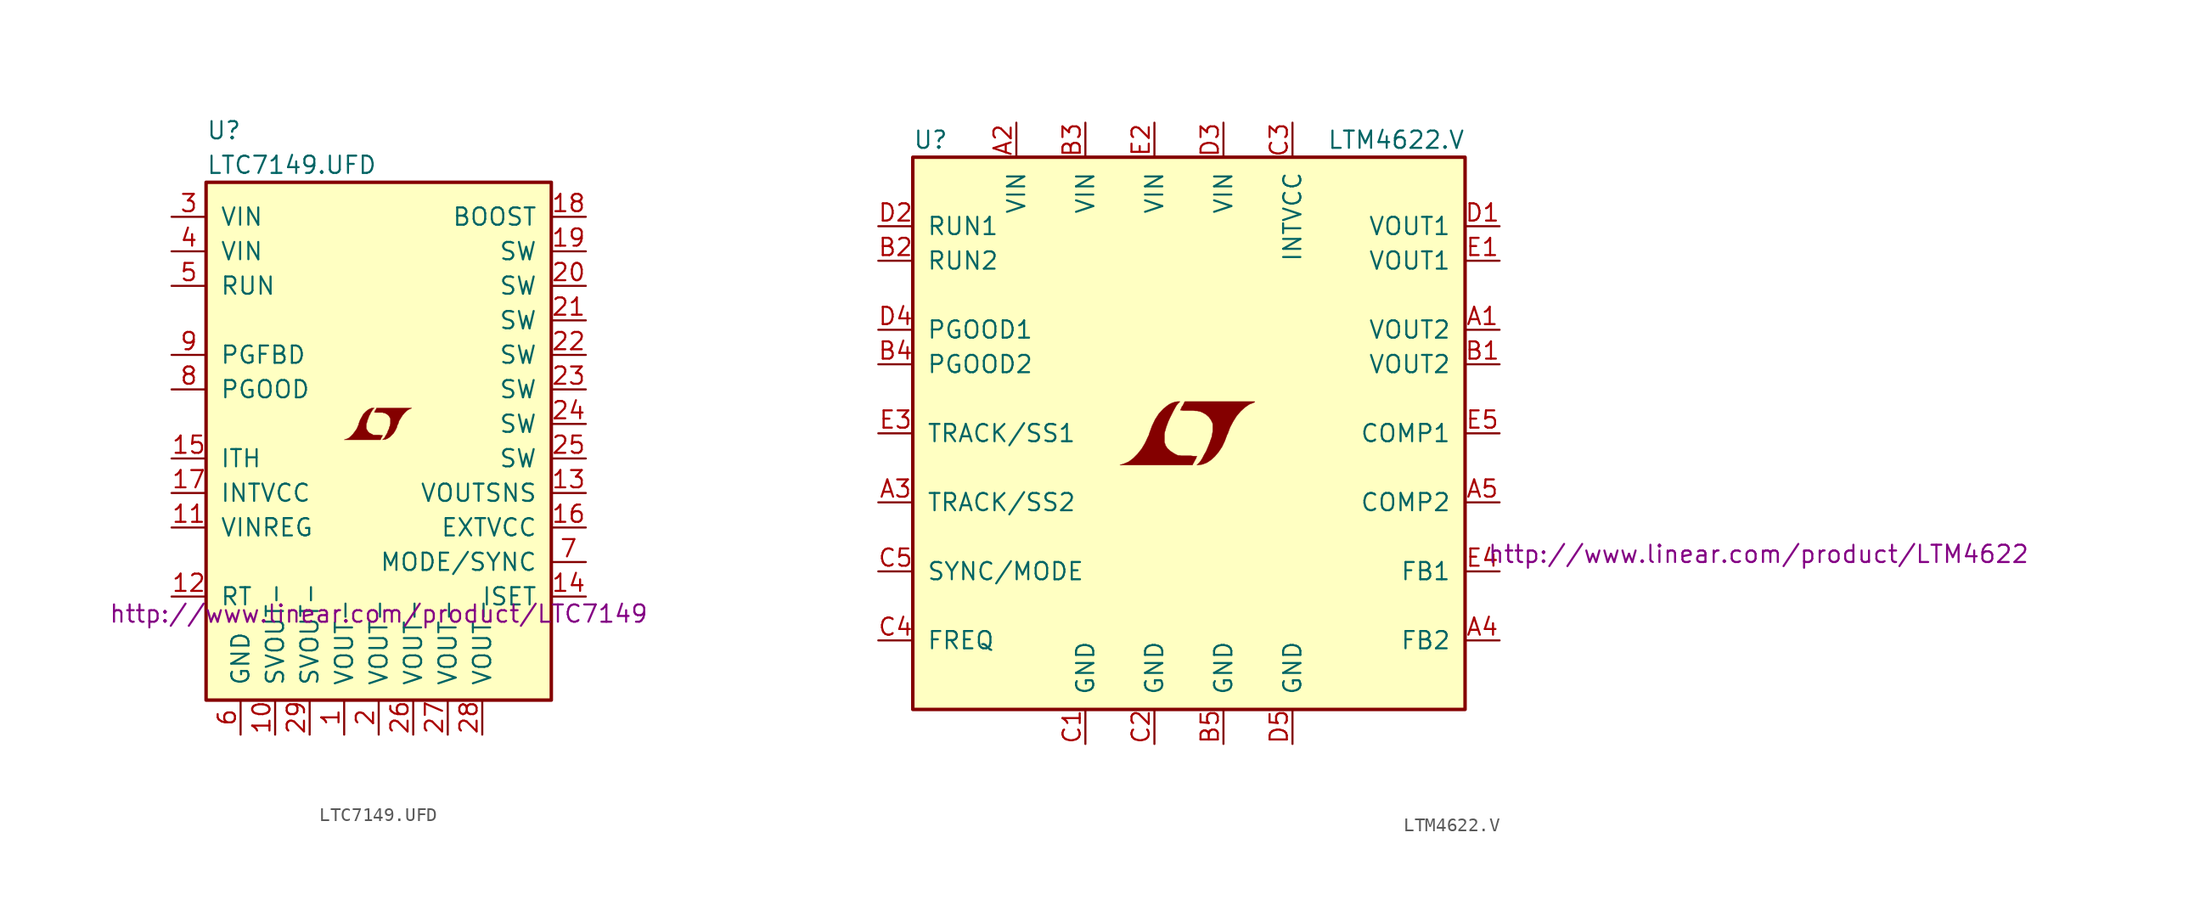
<source format=kicad_sym>
(kicad_symbol_lib
  (version 20201005)
  (generator kicad_symbol_editor)
  (symbol "LTC7149.UFD"
    (pin_names
      (offset 1.016))
    (property "Reference" "U"
      (at -12.7 21.59 0)
      (effects (font (size 1.27 1.27)) (justify left)))
    (property "Value" "LTC7149.UFD"
      (at -12.7 19.05 0)
      (effects (font (size 1.27 1.27)) (justify left)))
    (property "Datasheet" "http://www.linear.com/product/LTC7149"
      (at 0 -13.97 0)
      (effects (font (size 1.27 1.27))))
    (symbol "LTC7149.UFD_0_0"
      (polyline (pts (xy 0.203 -0.991) (xy 0.229 -0.965) (xy 0.279 -0.864) (xy 0.279 -0.838) (xy 0.152 -0.838) (xy 0.051 -0.813) (xy -0.406 -0.813) (xy -0.432 -0.787) (xy -0.686 -0.66) (xy -0.787 -0.559) (xy -0.864 -0.432) (xy -0.914 -0.33) (xy -0.914 -0.025) (xy -0.864 0.127) (xy -0.838 0.229) (xy -0.813 0.305) (xy -0.762 0.432) (xy -0.711 0.584) (xy -0.635 0.711) (xy -0.584 0.838) (xy -0.508 0.94) (xy -0.457 1.041) (xy -0.33 1.168) (xy -0.508 1.168) (xy -0.635 1.118) (xy -0.737 1.067) (xy -0.813 1.016) (xy -0.94 0.914) (xy -1.118 0.737) (xy -1.372 0.279) (xy -1.473 0) (xy -1.473 -0.051) (xy -1.524 -0.152) (xy -1.575 -0.279) (xy -1.626 -0.381) (xy -1.753 -0.559) (xy -1.905 -0.762) (xy -2.057 -0.914) (xy -2.21 -1.041) (xy -2.388 -1.118) (xy -2.54 -1.168) (xy 0.127 -1.168) (xy 0.203 -0.991)) (stroke (width 0.025)) (fill (type outline)))
      (polyline (pts (xy 0.406 -1.143) (xy 0.483 -1.143) (xy 0.66 -1.067) (xy 0.813 -0.965) (xy 1.092 -0.686) (xy 1.219 -0.483) (xy 1.321 -0.279) (xy 1.397 -0.025) (xy 1.422 -0.025) (xy 1.499 0.229) (xy 1.753 0.635) (xy 1.905 0.813) (xy 2.057 0.965) (xy 2.21 1.067) (xy 2.388 1.143) (xy 2.413 1.143) (xy 2.413 1.168) (xy -0.152 1.168) (xy -0.229 1.016) (xy -0.254 0.991) (xy -0.305 0.889) (xy -0.33 0.864) (xy -0.279 0.864) (xy -0.229 0.838) (xy 0.305 0.838) (xy 0.356 0.813) (xy 0.406 0.813) (xy 0.483 0.787) (xy 0.61 0.711) (xy 0.737 0.61) (xy 0.813 0.483) (xy 0.838 0.432) (xy 0.864 0.406) (xy 0.864 0) (xy 0.838 -0.051) (xy 0.838 -0.127) (xy 0.787 -0.229) (xy 0.762 -0.356) (xy 0.686 -0.508) (xy 0.635 -0.66) (xy 0.483 -0.914) (xy 0.432 -1.016) (xy 0.279 -1.168) (xy 0.406 -1.143)) (stroke (width 0.025)) (fill (type outline))))
    (symbol "LTC7149.UFD_0_1"
      (rectangle (start -12.7 17.78) (end 12.7 -20.32) (stroke (width 0.254)) (fill (type background))))
    (symbol "LTC7149.UFD_1_1"
      (pin power_in line (at -2.54 -22.86 90) (length 2.54) (name "VOUT-" (effects (font (size 1.27 1.27)))) (number "1" (effects (font (size 1.27 1.27)))))
      (pin power_in line (at -7.62 -22.86 90) (length 2.54) (name "SVOUT-" (effects (font (size 1.27 1.27)))) (number "10" (effects (font (size 1.27 1.27)))))
      (pin input line (at -15.24 -7.62 0) (length 2.54) (name "VINREG" (effects (font (size 1.27 1.27)))) (number "11" (effects (font (size 1.27 1.27)))))
      (pin passive line (at -15.24 -12.7 0) (length 2.54) (name "RT" (effects (font (size 1.27 1.27)))) (number "12" (effects (font (size 1.27 1.27)))))
      (pin input line (at 15.24 -5.08 180) (length 2.54) (name "VOUTSNS" (effects (font (size 1.27 1.27)))) (number "13" (effects (font (size 1.27 1.27)))))
      (pin passive line (at 15.24 -12.7 180) (length 2.54) (name "ISET" (effects (font (size 1.27 1.27)))) (number "14" (effects (font (size 1.27 1.27)))))
      (pin passive line (at -15.24 -2.54 0) (length 2.54) (name "ITH" (effects (font (size 1.27 1.27)))) (number "15" (effects (font (size 1.27 1.27)))))
      (pin power_in line (at 15.24 -7.62 180) (length 2.54) (name "EXTVCC" (effects (font (size 1.27 1.27)))) (number "16" (effects (font (size 1.27 1.27)))))
      (pin passive line (at -15.24 -5.08 0) (length 2.54) (name "INTVCC" (effects (font (size 1.27 1.27)))) (number "17" (effects (font (size 1.27 1.27)))))
      (pin passive line (at 15.24 15.24 180) (length 2.54) (name "BOOST" (effects (font (size 1.27 1.27)))) (number "18" (effects (font (size 1.27 1.27)))))
      (pin passive line (at 15.24 12.7 180) (length 2.54) (name "SW" (effects (font (size 1.27 1.27)))) (number "19" (effects (font (size 1.27 1.27)))))
      (pin power_in line (at 0 -22.86 90) (length 2.54) (name "VOUT-" (effects (font (size 1.27 1.27)))) (number "2" (effects (font (size 1.27 1.27)))))
      (pin passive line (at 15.24 10.16 180) (length 2.54) (name "SW" (effects (font (size 1.27 1.27)))) (number "20" (effects (font (size 1.27 1.27)))))
      (pin passive line (at 15.24 7.62 180) (length 2.54) (name "SW" (effects (font (size 1.27 1.27)))) (number "21" (effects (font (size 1.27 1.27)))))
      (pin passive line (at 15.24 5.08 180) (length 2.54) (name "SW" (effects (font (size 1.27 1.27)))) (number "22" (effects (font (size 1.27 1.27)))))
      (pin passive line (at 15.24 2.54 180) (length 2.54) (name "SW" (effects (font (size 1.27 1.27)))) (number "23" (effects (font (size 1.27 1.27)))))
      (pin passive line (at 15.24 0 180) (length 2.54) (name "SW" (effects (font (size 1.27 1.27)))) (number "24" (effects (font (size 1.27 1.27)))))
      (pin passive line (at 15.24 -2.54 180) (length 2.54) (name "SW" (effects (font (size 1.27 1.27)))) (number "25" (effects (font (size 1.27 1.27)))))
      (pin power_in line (at 2.54 -22.86 90) (length 2.54) (name "VOUT-" (effects (font (size 1.27 1.27)))) (number "26" (effects (font (size 1.27 1.27)))))
      (pin power_in line (at 5.08 -22.86 90) (length 2.54) (name "VOUT-" (effects (font (size 1.27 1.27)))) (number "27" (effects (font (size 1.27 1.27)))))
      (pin power_in line (at 7.62 -22.86 90) (length 2.54) (name "VOUT-" (effects (font (size 1.27 1.27)))) (number "28" (effects (font (size 1.27 1.27)))))
      (pin power_in line (at -5.08 -22.86 90) (length 2.54) (name "SVOUT-" (effects (font (size 1.27 1.27)))) (number "29" (effects (font (size 1.27 1.27)))))
      (pin power_in line (at -15.24 15.24 0) (length 2.54) (name "VIN" (effects (font (size 1.27 1.27)))) (number "3" (effects (font (size 1.27 1.27)))))
      (pin power_in line (at -15.24 12.7 0) (length 2.54) (name "VIN" (effects (font (size 1.27 1.27)))) (number "4" (effects (font (size 1.27 1.27)))))
      (pin input line (at -15.24 10.16 0) (length 2.54) (name "RUN" (effects (font (size 1.27 1.27)))) (number "5" (effects (font (size 1.27 1.27)))))
      (pin power_in line (at -10.16 -22.86 90) (length 2.54) (name "GND" (effects (font (size 1.27 1.27)))) (number "6" (effects (font (size 1.27 1.27)))))
      (pin input line (at 15.24 -10.16 180) (length 2.54) (name "MODE/SYNC" (effects (font (size 1.27 1.27)))) (number "7" (effects (font (size 1.27 1.27)))))
      (pin open_collector line (at -15.24 2.54 0) (length 2.54) (name "PGOOD" (effects (font (size 1.27 1.27)))) (number "8" (effects (font (size 1.27 1.27)))))
      (pin input line (at -15.24 5.08 0) (length 2.54) (name "PGFBD" (effects (font (size 1.27 1.27)))) (number "9" (effects (font (size 1.27 1.27)))))))
  (symbol "LTM4622.V"
    (pin_names
      (offset 1.016))
    (property "Reference" "U"
      (at -20.32 21.59 0)
      (effects (font (size 1.27 1.27)) (justify left)))
    (property "Value" "LTM4622.V"
      (at 10.16 21.59 0)
      (effects (font (size 1.27 1.27)) (justify left)))
    (property "Datasheet" "http://www.linear.com/product/LTM4622"
      (at 41.91 -8.89 0)
      (effects (font (size 1.27 1.27))))
    (symbol "LTM4622.V_0_0"
      (polyline (pts (xy 0.432 -2.007) (xy 0.457 -1.956) (xy 0.533 -1.829) (xy 0.559 -1.727) (xy 0.584 -1.676) (xy 0.305 -1.676) (xy 0.127 -1.651) (xy -0.559 -1.651) (xy -0.686 -1.626) (xy -0.787 -1.626) (xy -0.864 -1.6) (xy -1.067 -1.499) (xy -1.346 -1.321) (xy -1.575 -1.118) (xy -1.727 -0.889) (xy -1.753 -0.787) (xy -1.803 -0.66) (xy -1.803 -0.051) (xy -1.778 0.102) (xy -1.727 0.254) (xy -1.676 0.457) (xy -1.626 0.584) (xy -1.524 0.864) (xy -1.397 1.143) (xy -1.143 1.651) (xy -1.016 1.88) (xy -0.914 2.057) (xy -0.813 2.184) (xy -0.66 2.337) (xy -0.838 2.337) (xy -1.016 2.311) (xy -1.245 2.235) (xy -1.448 2.134) (xy -1.626 2.007) (xy -1.88 1.803) (xy -2.21 1.448) (xy -2.489 1.016) (xy -2.718 0.533) (xy -2.921 -0.025) (xy -2.946 -0.127) (xy -3.048 -0.33) (xy -3.15 -0.559) (xy -3.251 -0.762) (xy -3.48 -1.143) (xy -3.785 -1.524) (xy -4.089 -1.829) (xy -4.42 -2.083) (xy -4.775 -2.235) (xy -5.08 -2.337) (xy 0.254 -2.337) (xy 0.432 -2.007)) (stroke (width 0.025)) (fill (type outline)))
      (polyline (pts (xy 0.813 -2.311) (xy 0.991 -2.286) (xy 1.321 -2.159) (xy 1.626 -1.956) (xy 1.905 -1.702) (xy 2.184 -1.372) (xy 2.438 -0.991) (xy 2.642 -0.559) (xy 2.819 -0.076) (xy 2.845 -0.051) (xy 3.023 0.432) (xy 3.251 0.864) (xy 3.505 1.27) (xy 3.81 1.626) (xy 4.115 1.905) (xy 4.445 2.134) (xy 4.775 2.261) (xy 4.775 2.286) (xy 4.826 2.286) (xy 4.851 2.311) (xy 4.826 2.337) (xy -0.305 2.337) (xy -0.457 2.032) (xy -0.508 1.981) (xy -0.559 1.854) (xy -0.635 1.702) (xy -0.559 1.702) (xy -0.432 1.676) (xy 0.305 1.676) (xy 0.483 1.651) (xy 0.61 1.651) (xy 0.711 1.626) (xy 0.838 1.6) (xy 0.965 1.549) (xy 1.245 1.397) (xy 1.473 1.194) (xy 1.651 0.94) (xy 1.676 0.864) (xy 1.727 0.787) (xy 1.753 0.66) (xy 1.753 0.152) (xy 1.727 0) (xy 1.702 -0.127) (xy 1.676 -0.279) (xy 1.6 -0.483) (xy 1.524 -0.711) (xy 1.27 -1.321) (xy 1.118 -1.575) (xy 0.991 -1.829) (xy 0.864 -2.032) (xy 0.762 -2.159) (xy 0.584 -2.337) (xy 0.813 -2.311)) (stroke (width 0.025)) (fill (type outline))))
    (symbol "LTM4622.V_0_1"
      (rectangle (start -20.32 20.32) (end 20.32 -20.32) (stroke (width 0.254)) (fill (type background))))
    (symbol "LTM4622.V_1_1"
      (pin power_out line (at 22.86 7.62 180) (length 2.54) (name "VOUT2" (effects (font (size 1.27 1.27)))) (number "A1" (effects (font (size 1.27 1.27)))))
      (pin power_in line (at -12.7 22.86 270) (length 2.54) (name "VIN" (effects (font (size 1.27 1.27)))) (number "A2" (effects (font (size 1.27 1.27)))))
      (pin passive line (at -22.86 -5.08 0) (length 2.54) (name "TRACK/SS2" (effects (font (size 1.27 1.27)))) (number "A3" (effects (font (size 1.27 1.27)))))
      (pin passive line (at 22.86 -15.24 180) (length 2.54) (name "FB2" (effects (font (size 1.27 1.27)))) (number "A4" (effects (font (size 1.27 1.27)))))
      (pin passive line (at 22.86 -5.08 180) (length 2.54) (name "COMP2" (effects (font (size 1.27 1.27)))) (number "A5" (effects (font (size 1.27 1.27)))))
      (pin power_out line (at 22.86 5.08 180) (length 2.54) (name "VOUT2" (effects (font (size 1.27 1.27)))) (number "B1" (effects (font (size 1.27 1.27)))))
      (pin input line (at -22.86 12.7 0) (length 2.54) (name "RUN2" (effects (font (size 1.27 1.27)))) (number "B2" (effects (font (size 1.27 1.27)))))
      (pin power_in line (at -7.62 22.86 270) (length 2.54) (name "VIN" (effects (font (size 1.27 1.27)))) (number "B3" (effects (font (size 1.27 1.27)))))
      (pin open_collector line (at -22.86 5.08 0) (length 2.54) (name "PGOOD2" (effects (font (size 1.27 1.27)))) (number "B4" (effects (font (size 1.27 1.27)))))
      (pin power_in line (at 2.54 -22.86 90) (length 2.54) (name "GND" (effects (font (size 1.27 1.27)))) (number "B5" (effects (font (size 1.27 1.27)))))
      (pin power_in line (at -7.62 -22.86 90) (length 2.54) (name "GND" (effects (font (size 1.27 1.27)))) (number "C1" (effects (font (size 1.27 1.27)))))
      (pin power_in line (at -2.54 -22.86 90) (length 2.54) (name "GND" (effects (font (size 1.27 1.27)))) (number "C2" (effects (font (size 1.27 1.27)))))
      (pin passive line (at 7.62 22.86 270) (length 2.54) (name "INTVCC" (effects (font (size 1.27 1.27)))) (number "C3" (effects (font (size 1.27 1.27)))))
      (pin passive line (at -22.86 -15.24 0) (length 2.54) (name "FREQ" (effects (font (size 1.27 1.27)))) (number "C4" (effects (font (size 1.27 1.27)))))
      (pin input line (at -22.86 -10.16 0) (length 2.54) (name "SYNC/MODE" (effects (font (size 1.27 1.27)))) (number "C5" (effects (font (size 1.27 1.27)))))
      (pin power_out line (at 22.86 15.24 180) (length 2.54) (name "VOUT1" (effects (font (size 1.27 1.27)))) (number "D1" (effects (font (size 1.27 1.27)))))
      (pin input line (at -22.86 15.24 0) (length 2.54) (name "RUN1" (effects (font (size 1.27 1.27)))) (number "D2" (effects (font (size 1.27 1.27)))))
      (pin power_in line (at 2.54 22.86 270) (length 2.54) (name "VIN" (effects (font (size 1.27 1.27)))) (number "D3" (effects (font (size 1.27 1.27)))))
      (pin open_collector line (at -22.86 7.62 0) (length 2.54) (name "PGOOD1" (effects (font (size 1.27 1.27)))) (number "D4" (effects (font (size 1.27 1.27)))))
      (pin power_in line (at 7.62 -22.86 90) (length 2.54) (name "GND" (effects (font (size 1.27 1.27)))) (number "D5" (effects (font (size 1.27 1.27)))))
      (pin power_out line (at 22.86 12.7 180) (length 2.54) (name "VOUT1" (effects (font (size 1.27 1.27)))) (number "E1" (effects (font (size 1.27 1.27)))))
      (pin power_in line (at -2.54 22.86 270) (length 2.54) (name "VIN" (effects (font (size 1.27 1.27)))) (number "E2" (effects (font (size 1.27 1.27)))))
      (pin passive line (at -22.86 0 0) (length 2.54) (name "TRACK/SS1" (effects (font (size 1.27 1.27)))) (number "E3" (effects (font (size 1.27 1.27)))))
      (pin passive line (at 22.86 -10.16 180) (length 2.54) (name "FB1" (effects (font (size 1.27 1.27)))) (number "E4" (effects (font (size 1.27 1.27)))))
      (pin passive line (at 22.86 0 180) (length 2.54) (name "COMP1" (effects (font (size 1.27 1.27)))) (number "E5" (effects (font (size 1.27 1.27))))))))
</source>
